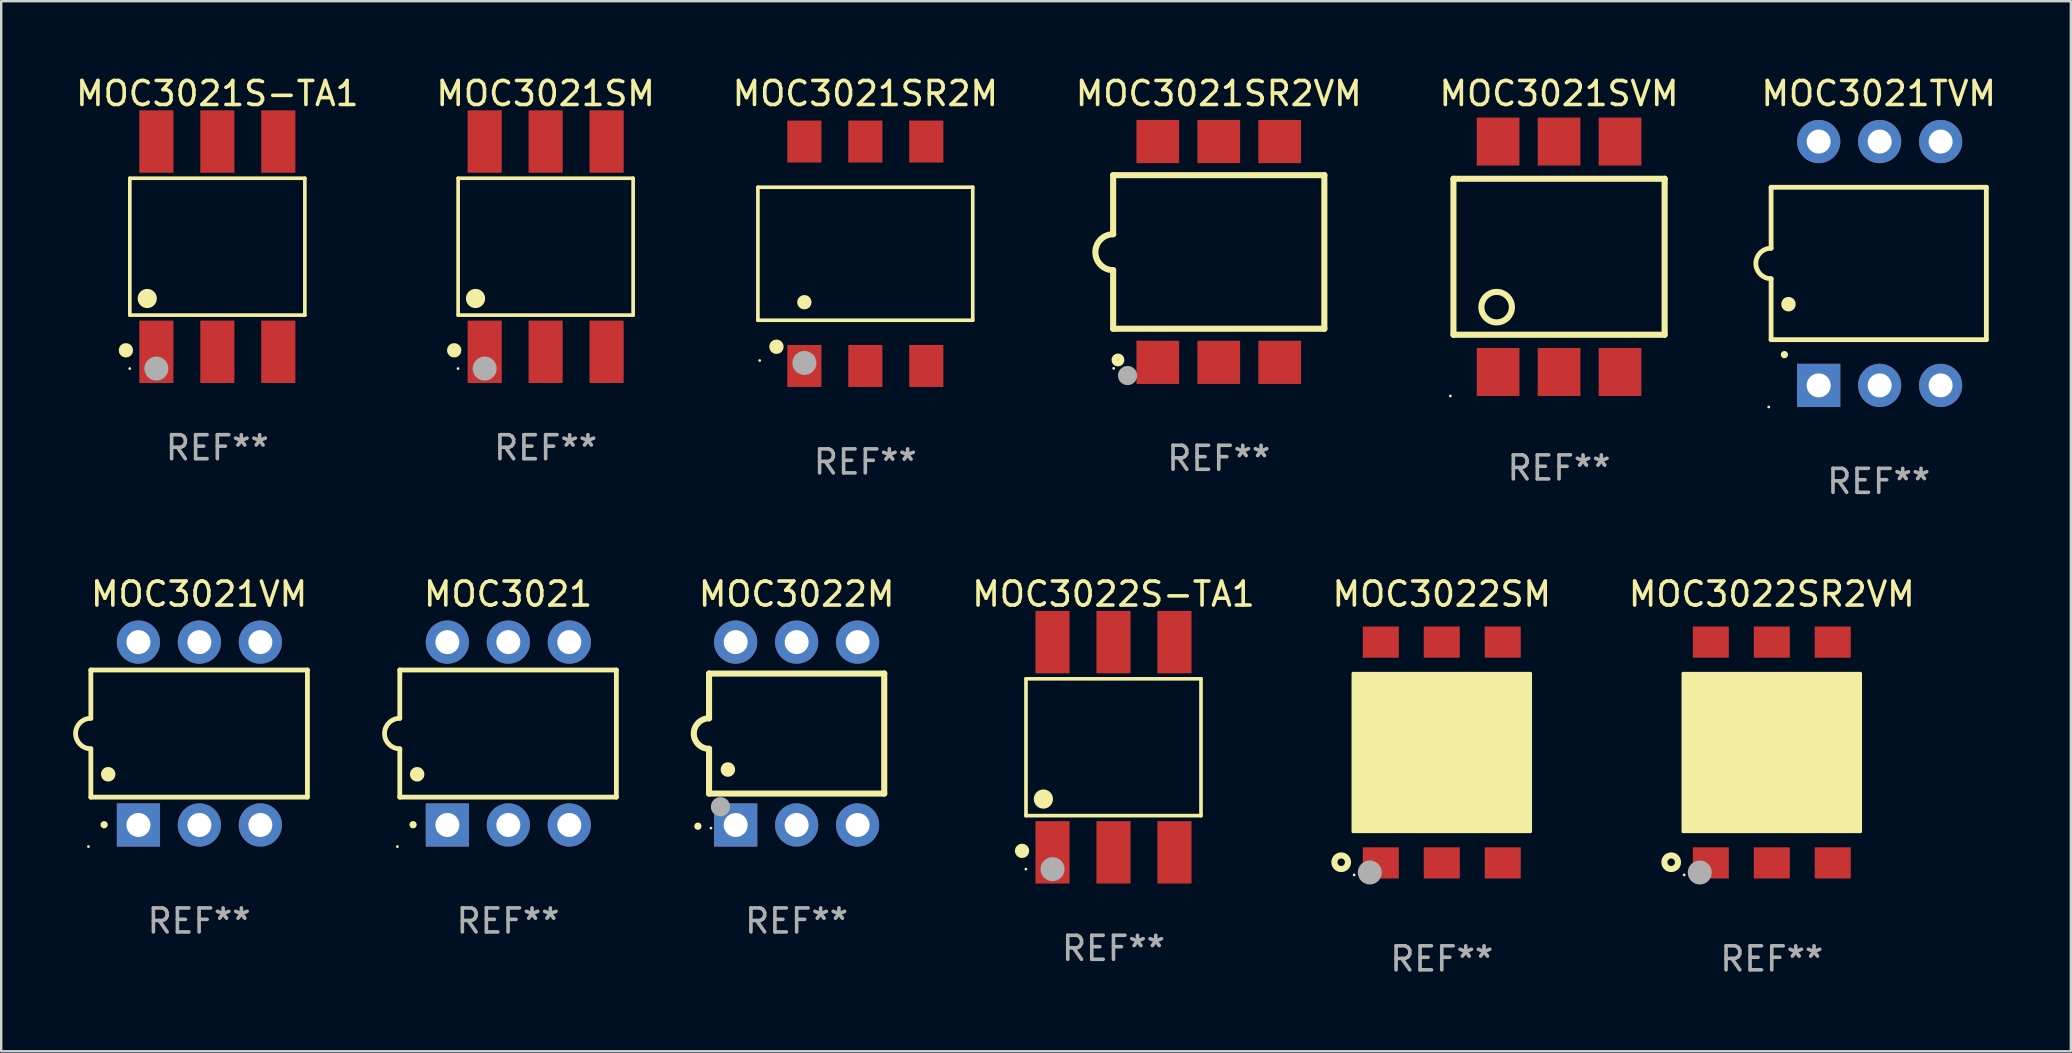
<source format=kicad_pcb>
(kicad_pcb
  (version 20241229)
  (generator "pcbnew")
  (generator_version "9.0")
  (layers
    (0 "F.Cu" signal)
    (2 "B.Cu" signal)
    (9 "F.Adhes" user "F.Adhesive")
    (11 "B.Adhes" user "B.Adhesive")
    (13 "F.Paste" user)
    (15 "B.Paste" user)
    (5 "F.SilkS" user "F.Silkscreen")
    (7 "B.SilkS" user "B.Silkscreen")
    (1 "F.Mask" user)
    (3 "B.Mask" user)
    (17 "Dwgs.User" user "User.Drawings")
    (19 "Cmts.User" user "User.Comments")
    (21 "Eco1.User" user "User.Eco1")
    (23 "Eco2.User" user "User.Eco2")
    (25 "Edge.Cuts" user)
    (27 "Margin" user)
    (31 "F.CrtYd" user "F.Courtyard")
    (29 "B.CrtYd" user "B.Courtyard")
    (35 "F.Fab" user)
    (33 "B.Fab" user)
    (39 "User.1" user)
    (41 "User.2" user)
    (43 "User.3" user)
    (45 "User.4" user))
  (footprint "MOC3021VM"
    (layer "F.Cu")
    (at 5.247 27.515)
    (property "Reference" "MOC3021VM" (at 0 -5.81 0) (layer "F.SilkS") (effects (font (size 1 1) (thickness 0.15))))
    (attr through_hole)
    (fp_line (start -4.512 -2.649) (end 4.512 -2.649) (stroke (width 0.2) (type solid)) (layer "F.SilkS"))
    (fp_line (start -4.512 -0.635) (end -4.512 -2.649) (stroke (width 0.2) (type solid)) (layer "F.SilkS"))
    (fp_line (start -4.512 2.649) (end -4.512 0.635) (stroke (width 0.2) (type solid)) (layer "F.SilkS"))
    (fp_line (start 4.512 -2.649) (end 4.512 2.649) (stroke (width 0.2) (type solid)) (layer "F.SilkS"))
    (fp_line (start 4.512 2.649) (end -4.512 2.649) (stroke (width 0.2) (type solid)) (layer "F.SilkS"))
    (fp_arc (start -4.512319 0.635001) (mid -5.14732 0) (end -4.512319 -0.635001) (stroke (width 0.2) (type solid)) (layer "F.SilkS"))
    (fp_arc (start -3.958598 3.799848) (mid -3.958603 3.798578) (end -3.958598 3.797308) (stroke (width 0.3) (type solid)) (layer "F.SilkS"))
    (fp_arc (start -3.788418 1.699263) (mid -3.788429 1.696723) (end -3.788418 1.694183) (stroke (width 0.6) (type solid)) (layer "F.SilkS"))
    (fp_circle (center -4.612 4.71) (end -4.582 4.71) (stroke (width 0.06) (type solid)) (fill no) (layer "F.SilkS"))
    (fp_text user "REF**" (at 0 7.81 0) (layer "F.Fab") (effects (font (size 1 1) (thickness 0.15))))
    (pad "1" thru_hole rect (at -2.529 3.81 90) (size 1.8 1.8) (drill 1) (layers "*.Cu" "*.Mask"))
    (pad "2" thru_hole circle (at 0.011 3.81) (size 1.8 1.8) (drill 1) (layers "*.Cu" "*.Mask"))
    (pad "3" thru_hole circle (at 2.551 3.81) (size 1.8 1.8) (drill 1) (layers "*.Cu" "*.Mask"))
    (pad "4" thru_hole circle (at 2.551 -3.81) (size 1.8 1.8) (drill 1) (layers "*.Cu" "*.Mask"))
    (pad "5" thru_hole circle (at 0.011 -3.81) (size 1.8 1.8) (drill 1) (layers "*.Cu" "*.Mask"))
    (pad "6" thru_hole circle (at -2.529 -3.81) (size 1.8 1.8) (drill 1) (layers "*.Cu" "*.Mask")))
  (footprint "MOC3021"
    (layer "F.Cu")
    (at 18.12 27.515)
    (property "Reference" "MOC3021" (at 0 -5.81 0) (layer "F.SilkS") (effects (font (size 1 1) (thickness 0.15))))
    (attr through_hole)
    (fp_line (start -4.512 -2.649) (end 4.512 -2.649) (stroke (width 0.2) (type solid)) (layer "F.SilkS"))
    (fp_line (start -4.512 -0.635) (end -4.512 -2.649) (stroke (width 0.2) (type solid)) (layer "F.SilkS"))
    (fp_line (start -4.512 2.649) (end -4.512 0.635) (stroke (width 0.2) (type solid)) (layer "F.SilkS"))
    (fp_line (start 4.512 -2.649) (end 4.512 2.649) (stroke (width 0.2) (type solid)) (layer "F.SilkS"))
    (fp_line (start 4.512 2.649) (end -4.512 2.649) (stroke (width 0.2) (type solid)) (layer "F.SilkS"))
    (fp_arc (start -4.512319 0.635001) (mid -5.14732 0) (end -4.512319 -0.635001) (stroke (width 0.2) (type solid)) (layer "F.SilkS"))
    (fp_arc (start -3.958598 3.799848) (mid -3.958603 3.798578) (end -3.958598 3.797308) (stroke (width 0.3) (type solid)) (layer "F.SilkS"))
    (fp_arc (start -3.788418 1.699263) (mid -3.788429 1.696723) (end -3.788418 1.694183) (stroke (width 0.6) (type solid)) (layer "F.SilkS"))
    (fp_circle (center -4.612 4.71) (end -4.582 4.71) (stroke (width 0.06) (type solid)) (fill no) (layer "F.SilkS"))
    (fp_text user "REF**" (at 0 7.81 0) (layer "F.Fab") (effects (font (size 1 1) (thickness 0.15))))
    (pad "1" thru_hole rect (at -2.529 3.81 90) (size 1.8 1.8) (drill 1) (layers "*.Cu" "*.Mask"))
    (pad "2" thru_hole circle (at 0.011 3.81) (size 1.8 1.8) (drill 1) (layers "*.Cu" "*.Mask"))
    (pad "3" thru_hole circle (at 2.551 3.81) (size 1.8 1.8) (drill 1) (layers "*.Cu" "*.Mask"))
    (pad "4" thru_hole circle (at 2.551 -3.81) (size 1.8 1.8) (drill 1) (layers "*.Cu" "*.Mask"))
    (pad "5" thru_hole circle (at 0.011 -3.81) (size 1.8 1.8) (drill 1) (layers "*.Cu" "*.Mask"))
    (pad "6" thru_hole circle (at -2.529 -3.81) (size 1.8 1.8) (drill 1) (layers "*.Cu" "*.Mask")))
  (footprint "MOC3021TVM"
    (layer "F.Cu")
    (at 75.231 7.928)
    (property "Reference" "MOC3021TVM" (at 0 -7.08 0) (layer "F.SilkS") (effects (font (size 1 1) (thickness 0.15))))
    (attr through_hole)
    (fp_line (start -4.484 -3.175) (end 4.484 -3.175) (stroke (width 0.2) (type solid)) (layer "F.SilkS"))
    (fp_line (start -4.484 -0.635) (end -4.484 -3.175) (stroke (width 0.2) (type solid)) (layer "F.SilkS"))
    (fp_line (start -4.484 0.635) (end -4.484 3.175) (stroke (width 0.2) (type solid)) (layer "F.SilkS"))
    (fp_line (start -4.484 3.175) (end 4.484 3.175) (stroke (width 0.2) (type solid)) (layer "F.SilkS"))
    (fp_line (start 4.484 -3.175) (end 4.484 3.175) (stroke (width 0.2) (type solid)) (layer "F.SilkS"))
    (fp_arc (start -4.484379 0.635001) (mid -5.11938 0) (end -4.484379 -0.635001) (stroke (width 0.2) (type solid)) (layer "F.SilkS"))
    (fp_arc (start -3.930658 3.799848) (mid -3.930663 3.798578) (end -3.930658 3.797308) (stroke (width 0.3) (type solid)) (layer "F.SilkS"))
    (fp_arc (start -3.760478 1.699263) (mid -3.760489 1.696723) (end -3.760478 1.694183) (stroke (width 0.6) (type solid)) (layer "F.SilkS"))
    (fp_circle (center -4.584 5.98) (end -4.554 5.98) (stroke (width 0.06) (type solid)) (fill no) (layer "F.SilkS"))
    (fp_text user "REF**" (at 0 9.08 0) (layer "F.Fab") (effects (font (size 1 1) (thickness 0.15))))
    (pad "1" thru_hole rect (at -2.501 5.08 90) (size 1.8 1.8) (drill 1) (layers "*.Cu" "*.Mask"))
    (pad "2" thru_hole circle (at 0.039 5.08) (size 1.8 1.8) (drill 1) (layers "*.Cu" "*.Mask"))
    (pad "3" thru_hole circle (at 2.579 5.08) (size 1.8 1.8) (drill 1) (layers "*.Cu" "*.Mask"))
    (pad "4" thru_hole circle (at 2.579 -5.08) (size 1.8 1.8) (drill 1) (layers "*.Cu" "*.Mask"))
    (pad "5" thru_hole circle (at 0.039 -5.08) (size 1.8 1.8) (drill 1) (layers "*.Cu" "*.Mask"))
    (pad "6" thru_hole circle (at -2.501 -5.08) (size 1.8 1.8) (drill 1) (layers "*.Cu" "*.Mask")))
  (footprint "MOC3022SM"
    (layer "F.Cu")
    (at 57.025 28.305)
    (property "Reference" "MOC3022SM" (at 0 -6.6 0) (layer "F.SilkS") (effects (font (size 1 1) (thickness 0.15))))
    (attr through_hole)
    (fp_circle (center -4.191 4.572) (end -3.907 4.572) (stroke (width 0.254) (type solid)) (fill no) (layer "F.SilkS"))
    (fp_circle (center -3.65 5.1) (end -3.62 5.1) (stroke (width 0.06) (type solid)) (fill no) (layer "F.SilkS"))
    (fp_poly (pts (xy -3.7 -3.3) (xy 3.7 -3.3) (xy 3.7 3.3) (xy -3.7 3.3)) (stroke (width 0.12) (type solid)) (fill yes) (layer "F.SilkS"))
    (fp_circle (center -3 5) (end -2.75 5) (stroke (width 0.5) (type solid)) (fill no) (layer "F.Fab"))
    (fp_text user "REF**" (at 0 8.6 0) (layer "F.Fab") (effects (font (size 1 1) (thickness 0.15))))
    (pad "1" smd rect (at -2.54 4.6) (size 1.5 1.3) (layers "F.Cu" "F.Mask" "F.Paste"))
    (pad "2" smd rect (at 0 4.6) (size 1.5 1.3) (layers "F.Cu" "F.Mask" "F.Paste"))
    (pad "3" smd rect (at 2.54 4.6) (size 1.5 1.3) (layers "F.Cu" "F.Mask" "F.Paste"))
    (pad "4" smd rect (at 2.54 -4.6) (size 1.5 1.3) (layers "F.Cu" "F.Mask" "F.Paste"))
    (pad "5" smd rect (at 0 -4.6) (size 1.5 1.3) (layers "F.Cu" "F.Mask" "F.Paste"))
    (pad "6" smd rect (at -2.54 -4.6) (size 1.5 1.3) (layers "F.Cu" "F.Mask" "F.Paste")))
  (footprint "MOC3021SR2VM"
    (layer "F.Cu")
    (at 47.732 7.448)
    (property "Reference" "MOC3021SR2VM" (at 0 -6.6 0) (layer "F.SilkS") (effects (font (size 1 1) (thickness 0.15))))
    (attr through_hole)
    (fp_line (start -4.4 -3.2) (end 4.4 -3.2) (stroke (width 0.254) (type solid)) (layer "F.SilkS"))
    (fp_line (start -4.4 -0.74) (end -4.4 -3.2) (stroke (width 0.254) (type solid)) (layer "F.SilkS"))
    (fp_line (start -4.4 3.2) (end -4.4 0.76) (stroke (width 0.254) (type solid)) (layer "F.SilkS"))
    (fp_line (start 4.4 -3.2) (end 4.4 3.2) (stroke (width 0.254) (type solid)) (layer "F.SilkS"))
    (fp_line (start 4.4 3.2) (end -4.4 3.2) (stroke (width 0.254) (type solid)) (layer "F.SilkS"))
    (fp_arc (start -4.4 0.76002) (mid -5.148869 0.010084) (end -4.399289 -0.73914) (stroke (width 0.254001) (type solid)) (layer "F.SilkS"))
    (fp_circle (center -4.377 4.85) (end -4.347 4.85) (stroke (width 0.06) (type solid)) (fill no) (layer "F.SilkS"))
    (fp_circle (center -4.2 4.5) (end -4.058 4.5) (stroke (width 0.254) (type solid)) (fill no) (layer "F.SilkS"))
    (fp_circle (center -3.8 5.15) (end -3.6 5.15) (stroke (width 0.4) (type solid)) (fill no) (layer "F.Fab"))
    (fp_text user "REF**" (at 0 8.6 0) (layer "F.Fab") (effects (font (size 1 1) (thickness 0.15))))
    (pad "1" smd rect (at -2.54 4.6) (size 1.78 1.8) (layers "F.Cu" "F.Mask" "F.Paste"))
    (pad "2" smd rect (at 0 4.6) (size 1.78 1.8) (layers "F.Cu" "F.Mask" "F.Paste"))
    (pad "3" smd rect (at 2.54 4.6) (size 1.78 1.8) (layers "F.Cu" "F.Mask" "F.Paste"))
    (pad "4" smd rect (at 2.54 -4.6) (size 1.78 1.8) (layers "F.Cu" "F.Mask" "F.Paste"))
    (pad "5" smd rect (at 0 -4.6) (size 1.78 1.8) (layers "F.Cu" "F.Mask" "F.Paste"))
    (pad "6" smd rect (at -2.54 -4.6) (size 1.78 1.8) (layers "F.Cu" "F.Mask" "F.Paste")))
  (footprint "MOC3021SM"
    (layer "F.Cu")
    (at 19.685 7.228)
    (property "Reference" "MOC3021SM" (at 0 -6.38 0) (layer "F.SilkS") (effects (font (size 1 1) (thickness 0.15))))
    (attr through_hole)
    (fp_line (start -3.646 -2.851) (end 3.646 -2.851) (stroke (width 0.152) (type solid)) (layer "F.SilkS"))
    (fp_line (start -3.646 2.851) (end -3.646 -2.851) (stroke (width 0.152) (type solid)) (layer "F.SilkS"))
    (fp_line (start 3.646 -2.851) (end 3.646 2.851) (stroke (width 0.152) (type solid)) (layer "F.SilkS"))
    (fp_line (start 3.646 2.851) (end -3.646 2.851) (stroke (width 0.152) (type solid)) (layer "F.SilkS"))
    (fp_circle (center -3.81 4.318) (end -3.66 4.318) (stroke (width 0.3) (type solid)) (fill no) (layer "F.SilkS"))
    (fp_circle (center -3.65 5.08) (end -3.62 5.08) (stroke (width 0.06) (type solid)) (fill no) (layer "F.SilkS"))
    (fp_circle (center -2.921 2.159) (end -2.721 2.159) (stroke (width 0.4) (type solid)) (fill no) (layer "F.SilkS"))
    (fp_circle (center -2.54 5.08) (end -2.29 5.08) (stroke (width 0.5) (type solid)) (fill no) (layer "F.Fab"))
    (fp_text user "REF**" (at 0 8.38 0) (layer "F.Fab") (effects (font (size 1 1) (thickness 0.15))))
    (pad "1" smd rect (at -2.54 4.38) (size 1.422 2.6) (layers "F.Cu" "F.Mask" "F.Paste"))
    (pad "2" smd rect (at 0 4.38) (size 1.422 2.6) (layers "F.Cu" "F.Mask" "F.Paste"))
    (pad "3" smd rect (at 2.54 4.38) (size 1.422 2.6) (layers "F.Cu" "F.Mask" "F.Paste"))
    (pad "4" smd rect (at 2.54 -4.38) (size 1.422 2.6) (layers "F.Cu" "F.Mask" "F.Paste"))
    (pad "5" smd rect (at 0 -4.38) (size 1.422 2.6) (layers "F.Cu" "F.Mask" "F.Paste"))
    (pad "6" smd rect (at -2.54 -4.38) (size 1.422 2.6) (layers "F.Cu" "F.Mask" "F.Paste")))
  (footprint "MOC3022S-TA1"
    (layer "F.Cu")
    (at 43.346 28.085)
    (property "Reference" "MOC3022S-TA1" (at 0 -6.38 0) (layer "F.SilkS") (effects (font (size 1 1) (thickness 0.15))))
    (attr through_hole)
    (fp_line (start -3.646 -2.851) (end 3.646 -2.851) (stroke (width 0.152) (type solid)) (layer "F.SilkS"))
    (fp_line (start -3.646 2.851) (end -3.646 -2.851) (stroke (width 0.152) (type solid)) (layer "F.SilkS"))
    (fp_line (start 3.646 -2.851) (end 3.646 2.851) (stroke (width 0.152) (type solid)) (layer "F.SilkS"))
    (fp_line (start 3.646 2.851) (end -3.646 2.851) (stroke (width 0.152) (type solid)) (layer "F.SilkS"))
    (fp_circle (center -3.81 4.318) (end -3.66 4.318) (stroke (width 0.3) (type solid)) (fill no) (layer "F.SilkS"))
    (fp_circle (center -3.65 5.08) (end -3.62 5.08) (stroke (width 0.06) (type solid)) (fill no) (layer "F.SilkS"))
    (fp_circle (center -2.921 2.159) (end -2.721 2.159) (stroke (width 0.4) (type solid)) (fill no) (layer "F.SilkS"))
    (fp_circle (center -2.54 5.08) (end -2.29 5.08) (stroke (width 0.5) (type solid)) (fill no) (layer "F.Fab"))
    (fp_text user "REF**" (at 0 8.38 0) (layer "F.Fab") (effects (font (size 1 1) (thickness 0.15))))
    (pad "1" smd rect (at -2.54 4.38) (size 1.422 2.6) (layers "F.Cu" "F.Mask" "F.Paste"))
    (pad "2" smd rect (at 0 4.38) (size 1.422 2.6) (layers "F.Cu" "F.Mask" "F.Paste"))
    (pad "3" smd rect (at 2.54 4.38) (size 1.422 2.6) (layers "F.Cu" "F.Mask" "F.Paste"))
    (pad "4" smd rect (at 2.54 -4.38) (size 1.422 2.6) (layers "F.Cu" "F.Mask" "F.Paste"))
    (pad "5" smd rect (at 0 -4.38) (size 1.422 2.6) (layers "F.Cu" "F.Mask" "F.Paste"))
    (pad "6" smd rect (at -2.54 -4.38) (size 1.422 2.6) (layers "F.Cu" "F.Mask" "F.Paste")))
  (footprint "MOC3021SR2M"
    (layer "F.Cu")
    (at 33.006 7.523)
    (property "Reference" "MOC3021SR2M" (at 0 -6.675 0) (layer "F.SilkS") (effects (font (size 1 1) (thickness 0.15))))
    (attr through_hole)
    (fp_line (start -4.476 -2.771) (end 4.476 -2.771) (stroke (width 0.152) (type solid)) (layer "F.SilkS"))
    (fp_line (start -4.476 2.771) (end -4.476 -2.771) (stroke (width 0.152) (type solid)) (layer "F.SilkS"))
    (fp_line (start 4.476 -2.771) (end 4.476 2.771) (stroke (width 0.152) (type solid)) (layer "F.SilkS"))
    (fp_line (start 4.476 2.771) (end -4.476 2.771) (stroke (width 0.152) (type solid)) (layer "F.SilkS"))
    (fp_circle (center -4.4 4.45) (end -4.37 4.45) (stroke (width 0.06) (type solid)) (fill no) (layer "F.SilkS"))
    (fp_circle (center -3.704 3.875) (end -3.553 3.875) (stroke (width 0.3) (type solid)) (fill no) (layer "F.SilkS"))
    (fp_circle (center -2.54 2.019) (end -2.39 2.019) (stroke (width 0.3) (type solid)) (fill no) (layer "F.SilkS"))
    (fp_circle (center -2.54 4.55) (end -2.29 4.55) (stroke (width 0.5) (type solid)) (fill no) (layer "F.Fab"))
    (fp_text user "REF**" (at 0 8.675 0) (layer "F.Fab") (effects (font (size 1 1) (thickness 0.15))))
    (pad "1" smd rect (at -2.54 4.675) (size 1.422 1.75) (layers "F.Cu" "F.Mask" "F.Paste"))
    (pad "2" smd rect (at 0 4.675) (size 1.422 1.75) (layers "F.Cu" "F.Mask" "F.Paste"))
    (pad "3" smd rect (at 2.54 4.675) (size 1.422 1.75) (layers "F.Cu" "F.Mask" "F.Paste"))
    (pad "4" smd rect (at 2.54 -4.675) (size 1.422 1.75) (layers "F.Cu" "F.Mask" "F.Paste"))
    (pad "5" smd rect (at 0 -4.675) (size 1.422 1.75) (layers "F.Cu" "F.Mask" "F.Paste"))
    (pad "6" smd rect (at -2.54 -4.675) (size 1.422 1.75) (layers "F.Cu" "F.Mask" "F.Paste")))
  (footprint "MOC3021S-TA1"
    (layer "F.Cu")
    (at 6.006 7.228)
    (property "Reference" "MOC3021S-TA1" (at 0 -6.38 0) (layer "F.SilkS") (effects (font (size 1 1) (thickness 0.15))))
    (attr through_hole)
    (fp_line (start -3.646 -2.851) (end 3.646 -2.851) (stroke (width 0.152) (type solid)) (layer "F.SilkS"))
    (fp_line (start -3.646 2.851) (end -3.646 -2.851) (stroke (width 0.152) (type solid)) (layer "F.SilkS"))
    (fp_line (start 3.646 -2.851) (end 3.646 2.851) (stroke (width 0.152) (type solid)) (layer "F.SilkS"))
    (fp_line (start 3.646 2.851) (end -3.646 2.851) (stroke (width 0.152) (type solid)) (layer "F.SilkS"))
    (fp_circle (center -3.81 4.318) (end -3.66 4.318) (stroke (width 0.3) (type solid)) (fill no) (layer "F.SilkS"))
    (fp_circle (center -3.65 5.08) (end -3.62 5.08) (stroke (width 0.06) (type solid)) (fill no) (layer "F.SilkS"))
    (fp_circle (center -2.921 2.159) (end -2.721 2.159) (stroke (width 0.4) (type solid)) (fill no) (layer "F.SilkS"))
    (fp_circle (center -2.54 5.08) (end -2.29 5.08) (stroke (width 0.5) (type solid)) (fill no) (layer "F.Fab"))
    (fp_text user "REF**" (at 0 8.38 0) (layer "F.Fab") (effects (font (size 1 1) (thickness 0.15))))
    (pad "1" smd rect (at -2.54 4.38) (size 1.422 2.6) (layers "F.Cu" "F.Mask" "F.Paste"))
    (pad "2" smd rect (at 0 4.38) (size 1.422 2.6) (layers "F.Cu" "F.Mask" "F.Paste"))
    (pad "3" smd rect (at 2.54 4.38) (size 1.422 2.6) (layers "F.Cu" "F.Mask" "F.Paste"))
    (pad "4" smd rect (at 2.54 -4.38) (size 1.422 2.6) (layers "F.Cu" "F.Mask" "F.Paste"))
    (pad "5" smd rect (at 0 -4.38) (size 1.422 2.6) (layers "F.Cu" "F.Mask" "F.Paste"))
    (pad "6" smd rect (at -2.54 -4.38) (size 1.422 2.6) (layers "F.Cu" "F.Mask" "F.Paste")))
  (footprint "MOC3021SVM"
    (layer "F.Cu")
    (at 61.911 7.648)
    (property "Reference" "MOC3021SVM" (at 0 -6.8 0) (layer "F.SilkS") (effects (font (size 1 1) (thickness 0.15))))
    (attr through_hole)
    (fp_line (start -4.4 -3.25) (end -4.4 3.25) (stroke (width 0.254) (type solid)) (layer "F.SilkS"))
    (fp_line (start -4.4 -3.25) (end 4.4 -3.25) (stroke (width 0.254) (type solid)) (layer "F.SilkS"))
    (fp_line (start 4.4 3.25) (end -4.4 3.25) (stroke (width 0.254) (type solid)) (layer "F.SilkS"))
    (fp_line (start 4.4 3.25) (end 4.4 -3.25) (stroke (width 0.254) (type solid)) (layer "F.SilkS"))
    (fp_circle (center -4.527 5.8) (end -4.497 5.8) (stroke (width 0.06) (type solid)) (fill no) (layer "F.SilkS"))
    (fp_circle (center -2.6 2.1) (end -1.965 2.1) (stroke (width 0.254) (type solid)) (fill no) (layer "F.SilkS"))
    (fp_text user "REF**" (at 0 8.8 0) (layer "F.Fab") (effects (font (size 1 1) (thickness 0.15))))
    (pad "1" smd rect (at -2.539 4.8) (size 1.78 2) (layers "F.Cu" "F.Mask" "F.Paste"))
    (pad "2" smd rect (at 0.001 4.8) (size 1.78 2) (layers "F.Cu" "F.Mask" "F.Paste"))
    (pad "3" smd rect (at 2.541 4.8) (size 1.78 2) (layers "F.Cu" "F.Mask" "F.Paste"))
    (pad "4" smd rect (at 2.541 -4.8) (size 1.78 2) (layers "F.Cu" "F.Mask" "F.Paste"))
    (pad "5" smd rect (at 0.001 -4.8) (size 1.78 2) (layers "F.Cu" "F.Mask" "F.Paste"))
    (pad "6" smd rect (at -2.539 -4.8) (size 1.78 2) (layers "F.Cu" "F.Mask" "F.Paste")))
  (footprint "MOC3022M"
    (layer "F.Cu")
    (at 30.144 27.515)
    (property "Reference" "MOC3022M" (at 0 -5.81 0) (layer "F.SilkS") (effects (font (size 1 1) (thickness 0.15))))
    (attr through_hole)
    (fp_line (start -3.65 -2.5) (end 3.65 -2.5) (stroke (width 0.254) (type solid)) (layer "F.SilkS"))
    (fp_line (start -3.65 -0.635) (end -3.65 -2.5) (stroke (width 0.254) (type solid)) (layer "F.SilkS"))
    (fp_line (start -3.65 0.635) (end -3.65 2.5) (stroke (width 0.254) (type solid)) (layer "F.SilkS"))
    (fp_line (start -3.65 2.5) (end 3.65 2.5) (stroke (width 0.254) (type solid)) (layer "F.SilkS"))
    (fp_line (start 3.65 -2.5) (end 3.65 2.5) (stroke (width 0.254) (type solid)) (layer "F.SilkS"))
    (fp_arc (start -4.114808 3.860808) (mid -4.114813 3.859538) (end -4.114808 3.858268) (stroke (width 0.3) (type solid)) (layer "F.SilkS"))
    (fp_arc (start -3.650013 0.635001) (mid -4.285014 0) (end -3.650013 -0.635001) (stroke (width 0.254001) (type solid)) (layer "F.SilkS"))
    (fp_arc (start -2.865405 1.501143) (mid -2.865416 1.498603) (end -2.865405 1.496063) (stroke (width 0.6) (type solid)) (layer "F.SilkS"))
    (fp_circle (center -3.57 3.94) (end -3.54 3.94) (stroke (width 0.06) (type solid)) (fill no) (layer "F.SilkS"))
    (fp_circle (center -3.175 3.048) (end -2.975 3.048) (stroke (width 0.4) (type solid)) (fill no) (layer "F.Fab"))
    (fp_text user "REF**" (at 0 7.81 0) (layer "F.Fab") (effects (font (size 1 1) (thickness 0.15))))
    (pad "1" thru_hole rect (at -2.54 3.81 90) (size 1.8 1.8) (drill 1) (layers "*.Cu" "*.Mask"))
    (pad "2" thru_hole circle (at 0 3.81) (size 1.8 1.8) (drill 1) (layers "*.Cu" "*.Mask"))
    (pad "3" thru_hole circle (at 2.54 3.81) (size 1.8 1.8) (drill 1) (layers "*.Cu" "*.Mask"))
    (pad "4" thru_hole circle (at 2.54 -3.81) (size 1.8 1.8) (drill 1) (layers "*.Cu" "*.Mask"))
    (pad "5" thru_hole circle (at 0 -3.81) (size 1.8 1.8) (drill 1) (layers "*.Cu" "*.Mask"))
    (pad "6" thru_hole circle (at -2.54 -3.81) (size 1.8 1.8) (drill 1) (layers "*.Cu" "*.Mask")))
  (footprint "MOC3022SR2VM"
    (layer "F.Cu")
    (at 70.775 28.305)
    (property "Reference" "MOC3022SR2VM" (at 0 -6.6 0) (layer "F.SilkS") (effects (font (size 1 1) (thickness 0.15))))
    (attr through_hole)
    (fp_circle (center -4.191 4.572) (end -3.907 4.572) (stroke (width 0.254) (type solid)) (fill no) (layer "F.SilkS"))
    (fp_circle (center -3.65 5.1) (end -3.62 5.1) (stroke (width 0.06) (type solid)) (fill no) (layer "F.SilkS"))
    (fp_poly (pts (xy -3.7 -3.3) (xy 3.7 -3.3) (xy 3.7 3.3) (xy -3.7 3.3)) (stroke (width 0.12) (type solid)) (fill yes) (layer "F.SilkS"))
    (fp_circle (center -3 5) (end -2.75 5) (stroke (width 0.5) (type solid)) (fill no) (layer "F.Fab"))
    (fp_text user "REF**" (at 0 8.6 0) (layer "F.Fab") (effects (font (size 1 1) (thickness 0.15))))
    (pad "1" smd rect (at -2.54 4.6) (size 1.5 1.3) (layers "F.Cu" "F.Mask" "F.Paste"))
    (pad "2" smd rect (at 0 4.6) (size 1.5 1.3) (layers "F.Cu" "F.Mask" "F.Paste"))
    (pad "3" smd rect (at 2.54 4.6) (size 1.5 1.3) (layers "F.Cu" "F.Mask" "F.Paste"))
    (pad "4" smd rect (at 2.54 -4.6) (size 1.5 1.3) (layers "F.Cu" "F.Mask" "F.Paste"))
    (pad "5" smd rect (at 0 -4.6) (size 1.5 1.3) (layers "F.Cu" "F.Mask" "F.Paste"))
    (pad "6" smd rect (at -2.54 -4.6) (size 1.5 1.3) (layers "F.Cu" "F.Mask" "F.Paste")))
  (gr_rect
    (start -3 -3)
    (end 83.237 40.753)
    (stroke (width 0.1) (type default))
    (fill no)
    (layer "Edge.Cuts")))
</source>
